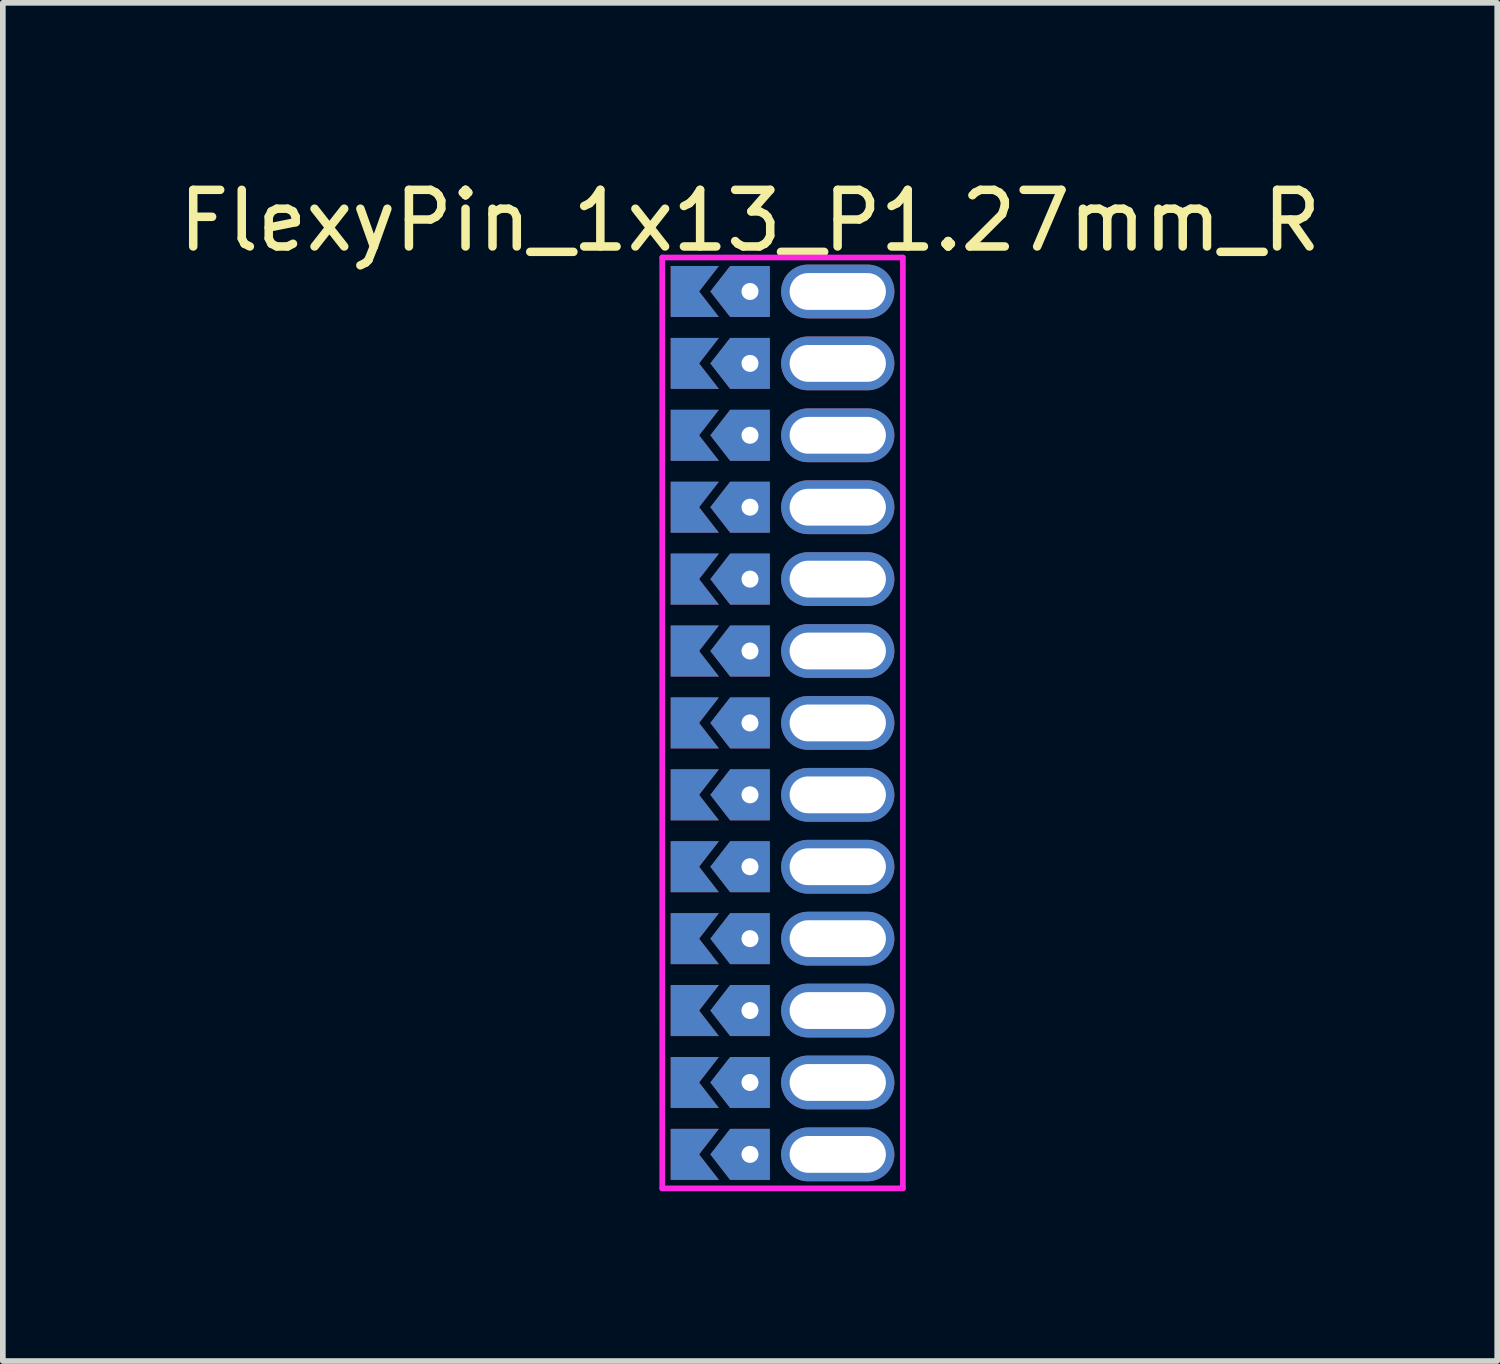
<source format=kicad_pcb>
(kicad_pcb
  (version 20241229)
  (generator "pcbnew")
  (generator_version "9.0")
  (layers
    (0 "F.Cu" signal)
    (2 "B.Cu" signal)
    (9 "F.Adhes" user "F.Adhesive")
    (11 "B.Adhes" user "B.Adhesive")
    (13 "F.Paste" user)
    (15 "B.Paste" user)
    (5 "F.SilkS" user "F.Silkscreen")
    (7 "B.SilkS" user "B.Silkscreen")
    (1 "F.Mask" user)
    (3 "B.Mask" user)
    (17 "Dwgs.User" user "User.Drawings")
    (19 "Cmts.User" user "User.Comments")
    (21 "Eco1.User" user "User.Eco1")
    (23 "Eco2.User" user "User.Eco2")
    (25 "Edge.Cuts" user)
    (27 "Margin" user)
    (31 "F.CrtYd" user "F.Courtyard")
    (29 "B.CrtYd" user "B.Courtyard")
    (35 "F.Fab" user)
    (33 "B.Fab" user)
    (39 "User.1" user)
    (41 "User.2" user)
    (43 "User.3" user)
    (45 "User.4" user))
  (footprint "FlexyPin_1x13_P1.27mm_R"
    (layer "F.Cu")
    (at 10.196 2.098)
    (property "Reference" "FlexyPin_1x13_P1.27mm_R" (at 0 -1.25 0) (layer "F.SilkS") (effects (font (size 1 1) (thickness 0.15))))
    (attr through_hole)
    (fp_line (start -1.55 -0.6) (end 2.7 -0.6) (stroke (width 0.1) (type solid)) (layer "F.CrtYd"))
    (fp_line (start -1.55 15.84) (end -1.55 -0.6) (stroke (width 0.1) (type solid)) (layer "F.CrtYd"))
    (fp_line (start 2.7 -0.6) (end 2.7 15.84) (stroke (width 0.1) (type solid)) (layer "F.CrtYd"))
    (fp_line (start 2.7 15.84) (end -1.55 15.84) (stroke (width 0.1) (type solid)) (layer "F.CrtYd"))
    (pad "" thru_hole custom (at 0 0) (size 0.3 0.3) (drill 0.6) (layers "*.Cu" "*.Mask") (options (anchor rect)) (primitives (gr_poly (pts (xy 0.35 0.45) (xy 0.35 -0.45) (xy -0.35 -0.45) (xy -0.7 0) (xy -0.35 0.45)) (width 0) (fill yes))))
    (pad "" thru_hole custom (at 0 1.27) (size 0.3 0.3) (drill 0.6) (layers "*.Cu" "*.Mask") (options (anchor rect)) (primitives (gr_poly (pts (xy 0.35 0.45) (xy 0.35 -0.45) (xy -0.35 -0.45) (xy -0.7 0) (xy -0.35 0.45)) (width 0) (fill yes))))
    (pad "" thru_hole custom (at 0 2.54) (size 0.3 0.3) (drill 0.6) (layers "*.Cu" "*.Mask") (options (anchor rect)) (primitives (gr_poly (pts (xy 0.35 0.45) (xy 0.35 -0.45) (xy -0.35 -0.45) (xy -0.7 0) (xy -0.35 0.45)) (width 0) (fill yes))))
    (pad "" thru_hole custom (at 0 3.81) (size 0.3 0.3) (drill 0.6) (layers "*.Cu" "*.Mask") (options (anchor rect)) (primitives (gr_poly (pts (xy 0.35 0.45) (xy 0.35 -0.45) (xy -0.35 -0.45) (xy -0.7 0) (xy -0.35 0.45)) (width 0) (fill yes))))
    (pad "" thru_hole custom (at 0 5.08) (size 0.3 0.3) (drill 0.6) (layers "*.Cu" "*.Mask") (options (anchor rect)) (primitives (gr_poly (pts (xy 0.35 0.45) (xy 0.35 -0.45) (xy -0.35 -0.45) (xy -0.7 0) (xy -0.35 0.45)) (width 0) (fill yes))))
    (pad "" thru_hole custom (at 0 6.35) (size 0.3 0.3) (drill 0.6) (layers "*.Cu" "*.Mask") (options (anchor rect)) (primitives (gr_poly (pts (xy 0.35 0.45) (xy 0.35 -0.45) (xy -0.35 -0.45) (xy -0.7 0) (xy -0.35 0.45)) (width 0) (fill yes))))
    (pad "" thru_hole custom (at 0 7.62) (size 0.3 0.3) (drill 0.6) (layers "*.Cu" "*.Mask") (options (anchor rect)) (primitives (gr_poly (pts (xy 0.35 0.45) (xy 0.35 -0.45) (xy -0.35 -0.45) (xy -0.7 0) (xy -0.35 0.45)) (width 0) (fill yes))))
    (pad "" thru_hole custom (at 0 8.89) (size 0.3 0.3) (drill 0.6) (layers "*.Cu" "*.Mask") (options (anchor rect)) (primitives (gr_poly (pts (xy 0.35 0.45) (xy 0.35 -0.45) (xy -0.35 -0.45) (xy -0.7 0) (xy -0.35 0.45)) (width 0) (fill yes))))
    (pad "" thru_hole custom (at 0 10.16) (size 0.3 0.3) (drill 0.6) (layers "*.Cu" "*.Mask") (options (anchor rect)) (primitives (gr_poly (pts (xy 0.35 0.45) (xy 0.35 -0.45) (xy -0.35 -0.45) (xy -0.7 0) (xy -0.35 0.45)) (width 0) (fill yes))))
    (pad "" thru_hole custom (at 0 11.43) (size 0.3 0.3) (drill 0.6) (layers "*.Cu" "*.Mask") (options (anchor rect)) (primitives (gr_poly (pts (xy 0.35 0.45) (xy 0.35 -0.45) (xy -0.35 -0.45) (xy -0.7 0) (xy -0.35 0.45)) (width 0) (fill yes))))
    (pad "" thru_hole custom (at 0 12.7) (size 0.3 0.3) (drill 0.6) (layers "*.Cu" "*.Mask") (options (anchor rect)) (primitives (gr_poly (pts (xy 0.35 0.45) (xy 0.35 -0.45) (xy -0.35 -0.45) (xy -0.7 0) (xy -0.35 0.45)) (width 0) (fill yes))))
    (pad "" thru_hole custom (at 0 13.97) (size 0.3 0.3) (drill 0.6) (layers "*.Cu" "*.Mask") (options (anchor rect)) (primitives (gr_poly (pts (xy 0.35 0.45) (xy 0.35 -0.45) (xy -0.35 -0.45) (xy -0.7 0) (xy -0.35 0.45)) (width 0) (fill yes))))
    (pad "" thru_hole custom (at 0 15.24) (size 0.3 0.3) (drill 0.6) (layers "*.Cu" "*.Mask") (options (anchor rect)) (primitives (gr_poly (pts (xy 0.35 0.45) (xy 0.35 -0.45) (xy -0.35 -0.45) (xy -0.7 0) (xy -0.35 0.45)) (width 0) (fill yes))))
    (pad "" thru_hole oval (at 1.55 0) (size 2 0.95) (drill oval 1.7 0.65) (layers "*.Cu" "*.Mask"))
    (pad "" thru_hole oval (at 1.55 1.27) (size 2 0.95) (drill oval 1.7 0.65) (layers "*.Cu" "*.Mask"))
    (pad "" thru_hole oval (at 1.55 2.54) (size 2 0.95) (drill oval 1.7 0.65) (layers "*.Cu" "*.Mask"))
    (pad "" thru_hole oval (at 1.55 3.81) (size 2 0.95) (drill oval 1.7 0.65) (layers "*.Cu" "*.Mask"))
    (pad "" thru_hole oval (at 1.55 5.08) (size 2 0.95) (drill oval 1.7 0.65) (layers "*.Cu" "*.Mask"))
    (pad "" thru_hole oval (at 1.55 6.35) (size 2 0.95) (drill oval 1.7 0.65) (layers "*.Cu" "*.Mask"))
    (pad "" thru_hole oval (at 1.55 7.62) (size 2 0.95) (drill oval 1.7 0.65) (layers "*.Cu" "*.Mask"))
    (pad "" thru_hole oval (at 1.55 8.89) (size 2 0.95) (drill oval 1.7 0.65) (layers "*.Cu" "*.Mask"))
    (pad "" thru_hole oval (at 1.55 10.16) (size 2 0.95) (drill oval 1.7 0.65) (layers "*.Cu" "*.Mask"))
    (pad "" thru_hole oval (at 1.55 11.43) (size 2 0.95) (drill oval 1.7 0.65) (layers "*.Cu" "*.Mask"))
    (pad "" thru_hole oval (at 1.55 12.7) (size 2 0.95) (drill oval 1.7 0.65) (layers "*.Cu" "*.Mask"))
    (pad "" thru_hole oval (at 1.55 13.97) (size 2 0.95) (drill oval 1.7 0.65) (layers "*.Cu" "*.Mask"))
    (pad "" thru_hole oval (at 1.55 15.24) (size 2 0.95) (drill oval 1.7 0.65) (layers "*.Cu" "*.Mask"))
    (pad "1" smd custom (at -0.9 0) (size 0.01 0.01) (layers "F.Cu" "F.Mask") (options (anchor rect)) (primitives (gr_poly (pts (xy 0 0) (xy 0.35 0.45) (xy -0.5 0.45) (xy -0.5 -0.45) (xy 0.35 -0.45)) (width 0) (fill yes))))
    (pad "2" smd custom (at -0.9 1.27) (size 0.01 0.01) (layers "F.Cu" "F.Mask") (options (anchor rect)) (primitives (gr_poly (pts (xy 0 0) (xy 0.35 0.45) (xy -0.5 0.45) (xy -0.5 -0.45) (xy 0.35 -0.45)) (width 0) (fill yes))))
    (pad "3" smd custom (at -0.9 2.54) (size 0.01 0.01) (layers "F.Cu" "F.Mask") (options (anchor rect)) (primitives (gr_poly (pts (xy 0 0) (xy 0.35 0.45) (xy -0.5 0.45) (xy -0.5 -0.45) (xy 0.35 -0.45)) (width 0) (fill yes))))
    (pad "4" smd custom (at -0.9 3.81) (size 0.01 0.01) (layers "F.Cu" "F.Mask") (options (anchor rect)) (primitives (gr_poly (pts (xy 0 0) (xy 0.35 0.45) (xy -0.5 0.45) (xy -0.5 -0.45) (xy 0.35 -0.45)) (width 0) (fill yes))))
    (pad "5" smd custom (at -0.9 5.08) (size 0.01 0.01) (layers "F.Cu" "F.Mask") (options (anchor rect)) (primitives (gr_poly (pts (xy 0 0) (xy 0.35 0.45) (xy -0.5 0.45) (xy -0.5 -0.45) (xy 0.35 -0.45)) (width 0) (fill yes))))
    (pad "6" smd custom (at -0.9 6.35) (size 0.01 0.01) (layers "F.Cu" "F.Mask") (options (anchor rect)) (primitives (gr_poly (pts (xy 0 0) (xy 0.35 0.45) (xy -0.5 0.45) (xy -0.5 -0.45) (xy 0.35 -0.45)) (width 0) (fill yes))))
    (pad "7" smd custom (at -0.9 7.62) (size 0.01 0.01) (layers "F.Cu" "F.Mask") (options (anchor rect)) (primitives (gr_poly (pts (xy 0 0) (xy 0.35 0.45) (xy -0.5 0.45) (xy -0.5 -0.45) (xy 0.35 -0.45)) (width 0) (fill yes))))
    (pad "8" smd custom (at -0.9 8.89) (size 0.01 0.01) (layers "F.Cu" "F.Mask") (options (anchor rect)) (primitives (gr_poly (pts (xy 0 0) (xy 0.35 0.45) (xy -0.5 0.45) (xy -0.5 -0.45) (xy 0.35 -0.45)) (width 0) (fill yes))))
    (pad "9" smd custom (at -0.9 10.16) (size 0.01 0.01) (layers "F.Cu" "F.Mask") (options (anchor rect)) (primitives (gr_poly (pts (xy 0 0) (xy 0.35 0.45) (xy -0.5 0.45) (xy -0.5 -0.45) (xy 0.35 -0.45)) (width 0) (fill yes))))
    (pad "10" smd custom (at -0.9 11.43) (size 0.01 0.01) (layers "F.Cu" "F.Mask") (options (anchor rect)) (primitives (gr_poly (pts (xy 0 0) (xy 0.35 0.45) (xy -0.5 0.45) (xy -0.5 -0.45) (xy 0.35 -0.45)) (width 0) (fill yes))))
    (pad "11" smd custom (at -0.9 12.7) (size 0.01 0.01) (layers "F.Cu" "F.Mask") (options (anchor rect)) (primitives (gr_poly (pts (xy 0 0) (xy 0.35 0.45) (xy -0.5 0.45) (xy -0.5 -0.45) (xy 0.35 -0.45)) (width 0) (fill yes))))
    (pad "12" smd custom (at -0.9 13.97) (size 0.01 0.01) (layers "F.Cu" "F.Mask") (options (anchor rect)) (primitives (gr_poly (pts (xy 0 0) (xy 0.35 0.45) (xy -0.5 0.45) (xy -0.5 -0.45) (xy 0.35 -0.45)) (width 0) (fill yes))))
    (pad "13" smd custom (at -0.9 15.24) (size 0.01 0.01) (layers "F.Cu" "F.Mask") (options (anchor rect)) (primitives (gr_poly (pts (xy 0 0) (xy 0.35 0.45) (xy -0.5 0.45) (xy -0.5 -0.45) (xy 0.35 -0.45)) (width 0) (fill yes))))
    (pad "14" smd custom (at -0.9 0) (size 0.01 0.01) (layers "B.Cu" "B.Mask") (options (anchor rect)) (primitives (gr_poly (pts (xy 0 0) (xy 0.35 0.45) (xy -0.5 0.45) (xy -0.5 -0.45) (xy 0.35 -0.45)) (width 0) (fill yes))))
    (pad "15" smd custom (at -0.9 1.27) (size 0.01 0.01) (layers "B.Cu" "B.Mask") (options (anchor rect)) (primitives (gr_poly (pts (xy 0 0) (xy 0.35 0.45) (xy -0.5 0.45) (xy -0.5 -0.45) (xy 0.35 -0.45)) (width 0) (fill yes))))
    (pad "16" smd custom (at -0.9 2.54) (size 0.01 0.01) (layers "B.Cu" "B.Mask") (options (anchor rect)) (primitives (gr_poly (pts (xy 0 0) (xy 0.35 0.45) (xy -0.5 0.45) (xy -0.5 -0.45) (xy 0.35 -0.45)) (width 0) (fill yes))))
    (pad "17" smd custom (at -0.9 3.81) (size 0.01 0.01) (layers "B.Cu" "B.Mask") (options (anchor rect)) (primitives (gr_poly (pts (xy 0 0) (xy 0.35 0.45) (xy -0.5 0.45) (xy -0.5 -0.45) (xy 0.35 -0.45)) (width 0) (fill yes))))
    (pad "18" smd custom (at -0.9 5.08) (size 0.01 0.01) (layers "B.Cu" "B.Mask") (options (anchor rect)) (primitives (gr_poly (pts (xy 0 0) (xy 0.35 0.45) (xy -0.5 0.45) (xy -0.5 -0.45) (xy 0.35 -0.45)) (width 0) (fill yes))))
    (pad "19" smd custom (at -0.9 6.35) (size 0.01 0.01) (layers "B.Cu" "B.Mask") (options (anchor rect)) (primitives (gr_poly (pts (xy 0 0) (xy 0.35 0.45) (xy -0.5 0.45) (xy -0.5 -0.45) (xy 0.35 -0.45)) (width 0) (fill yes))))
    (pad "20" smd custom (at -0.9 7.62) (size 0.01 0.01) (layers "B.Cu" "B.Mask") (options (anchor rect)) (primitives (gr_poly (pts (xy 0 0) (xy 0.35 0.45) (xy -0.5 0.45) (xy -0.5 -0.45) (xy 0.35 -0.45)) (width 0) (fill yes))))
    (pad "21" smd custom (at -0.9 8.89) (size 0.01 0.01) (layers "B.Cu" "B.Mask") (options (anchor rect)) (primitives (gr_poly (pts (xy 0 0) (xy 0.35 0.45) (xy -0.5 0.45) (xy -0.5 -0.45) (xy 0.35 -0.45)) (width 0) (fill yes))))
    (pad "22" smd custom (at -0.9 10.16) (size 0.01 0.01) (layers "B.Cu" "B.Mask") (options (anchor rect)) (primitives (gr_poly (pts (xy 0 0) (xy 0.35 0.45) (xy -0.5 0.45) (xy -0.5 -0.45) (xy 0.35 -0.45)) (width 0) (fill yes))))
    (pad "23" smd custom (at -0.9 11.43) (size 0.01 0.01) (layers "B.Cu" "B.Mask") (options (anchor rect)) (primitives (gr_poly (pts (xy 0 0) (xy 0.35 0.45) (xy -0.5 0.45) (xy -0.5 -0.45) (xy 0.35 -0.45)) (width 0) (fill yes))))
    (pad "24" smd custom (at -0.9 12.7) (size 0.01 0.01) (layers "B.Cu" "B.Mask") (options (anchor rect)) (primitives (gr_poly (pts (xy 0 0) (xy 0.35 0.45) (xy -0.5 0.45) (xy -0.5 -0.45) (xy 0.35 -0.45)) (width 0) (fill yes))))
    (pad "25" smd custom (at -0.9 13.97) (size 0.01 0.01) (layers "B.Cu" "B.Mask") (options (anchor rect)) (primitives (gr_poly (pts (xy 0 0) (xy 0.35 0.45) (xy -0.5 0.45) (xy -0.5 -0.45) (xy 0.35 -0.45)) (width 0) (fill yes))))
    (pad "26" smd custom (at -0.9 15.24) (size 0.01 0.01) (layers "B.Cu" "B.Mask") (options (anchor rect)) (primitives (gr_poly (pts (xy 0 0) (xy 0.35 0.45) (xy -0.5 0.45) (xy -0.5 -0.45) (xy 0.35 -0.45)) (width 0) (fill yes)))))
  (gr_rect
    (start -3 -3)
    (end 23.393 20.988)
    (stroke (width 0.1) (type default))
    (fill no)
    (layer "Edge.Cuts")))
</source>
